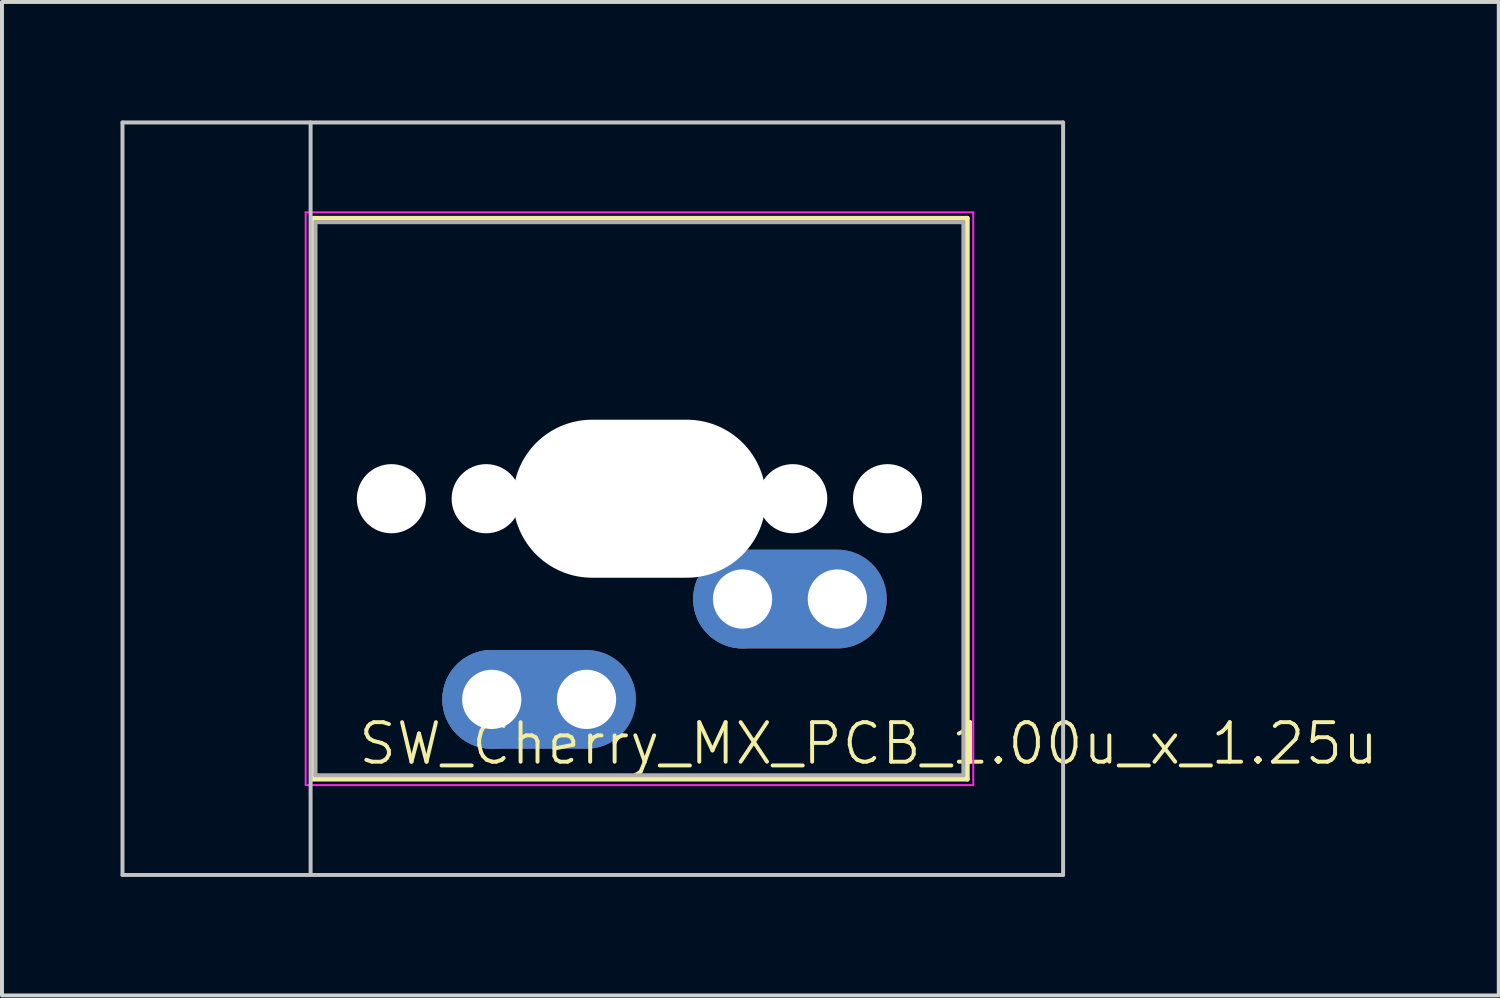
<source format=kicad_pcb>
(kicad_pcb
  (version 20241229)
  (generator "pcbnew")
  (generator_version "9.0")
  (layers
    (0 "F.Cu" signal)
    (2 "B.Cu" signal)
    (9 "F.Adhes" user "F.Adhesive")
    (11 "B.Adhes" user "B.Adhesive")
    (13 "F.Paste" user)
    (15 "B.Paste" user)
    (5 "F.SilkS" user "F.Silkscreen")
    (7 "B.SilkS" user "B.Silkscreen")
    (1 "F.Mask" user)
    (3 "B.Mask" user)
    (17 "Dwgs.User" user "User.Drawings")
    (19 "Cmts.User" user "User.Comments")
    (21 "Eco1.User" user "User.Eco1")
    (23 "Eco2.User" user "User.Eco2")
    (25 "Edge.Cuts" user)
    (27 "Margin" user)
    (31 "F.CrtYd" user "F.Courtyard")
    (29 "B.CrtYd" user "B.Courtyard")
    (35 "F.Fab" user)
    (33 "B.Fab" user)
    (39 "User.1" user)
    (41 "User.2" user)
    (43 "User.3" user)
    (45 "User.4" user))
  (footprint "SW_Cherry_MX_PCB_1.00u_x_1.25u"
    (layer "F.Cu")
    (at 14.338 9.575)
    (property "Reference" "SW_Cherry_MX_PCB_1.00u_x_1.25u" (at 4.6 6.2 0) (unlocked yes) (layer "F.SilkS") (effects (font (size 1 1) (thickness 0.1))))
    (attr smd)
    (fp_line (start -9.5 -7.1) (end -9.5 7.1) (stroke (width 0.12) (type solid)) (layer "F.SilkS"))
    (fp_line (start -9.5 7.1) (end 7.1 7.1) (stroke (width 0.12) (type solid)) (layer "F.SilkS"))
    (fp_line (start 7.1 -7.1) (end -9.5 -7.1) (stroke (width 0.12) (type solid)) (layer "F.SilkS"))
    (fp_line (start 7.1 7.1) (end 7.1 -7.1) (stroke (width 0.12) (type solid)) (layer "F.SilkS"))
    (fp_line (start -14.287 -9.525) (end -14.287 9.525) (stroke (width 0.1) (type solid)) (layer "Dwgs.User"))
    (fp_line (start -14.287 9.525) (end 9.525 9.525) (stroke (width 0.1) (type solid)) (layer "Dwgs.User"))
    (fp_line (start -9.525 -9.525) (end -9.525 9.525) (stroke (width 0.1) (type solid)) (layer "Dwgs.User"))
    (fp_line (start 9.525 -9.525) (end -14.287 -9.525) (stroke (width 0.1) (type solid)) (layer "Dwgs.User"))
    (fp_line (start 9.525 9.525) (end 9.525 -9.525) (stroke (width 0.1) (type solid)) (layer "Dwgs.User"))
    (fp_line (start -9.4 -7) (end -9.4 7) (stroke (width 0.1) (type solid)) (layer "Eco1.User"))
    (fp_line (start -9.4 7) (end 7 7) (stroke (width 0.1) (type solid)) (layer "Eco1.User"))
    (fp_line (start 7 -7) (end -9.4 -7) (stroke (width 0.1) (type solid)) (layer "Eco1.User"))
    (fp_line (start 7 7) (end 7 -7) (stroke (width 0.1) (type solid)) (layer "Eco1.User"))
    (fp_line (start -9.65 -7.25) (end -9.65 7.25) (stroke (width 0.05) (type solid)) (layer "F.CrtYd"))
    (fp_line (start -9.65 7.25) (end 7.25 7.25) (stroke (width 0.05) (type solid)) (layer "F.CrtYd"))
    (fp_line (start 7.25 -7.25) (end -9.65 -7.25) (stroke (width 0.05) (type solid)) (layer "F.CrtYd"))
    (fp_line (start 7.25 7.25) (end 7.25 -7.25) (stroke (width 0.05) (type solid)) (layer "F.CrtYd"))
    (fp_line (start -9.4 -7) (end -9.4 7) (stroke (width 0.1) (type solid)) (layer "F.Fab"))
    (fp_line (start -9.4 7) (end 7 7) (stroke (width 0.1) (type solid)) (layer "F.Fab"))
    (fp_line (start 7 -7) (end -9.4 -7) (stroke (width 0.1) (type solid)) (layer "F.Fab"))
    (fp_line (start 7 7) (end 7 -7) (stroke (width 0.1) (type solid)) (layer "F.Fab"))
    (pad "" np_thru_hole circle (at -7.48 0 180) (size 1.75 1.75) (drill 1.75) (layers "*.Cu" "*.Mask"))
    (pad "" np_thru_hole circle (at -5.08 0 180) (size 1.75 1.75) (drill 1.75) (layers "*.Cu" "*.Mask"))
    (pad "" np_thru_hole oval (at -1.2 0 180) (size 6.4 4) (drill oval 6.4 4) (layers "*.Cu"))
    (pad "" np_thru_hole circle (at 2.68 0 180) (size 1.75 1.75) (drill 1.75) (layers "*.Cu" "*.Mask"))
    (pad "" np_thru_hole circle (at 5.08 0 180) (size 1.75 1.75) (drill 1.75) (layers "*.Cu" "*.Mask"))
    (pad "1" thru_hole circle (at 1.41 2.54 180) (size 2.5 2.5) (drill 1.5) (layers "*.Cu" "*.Mask"))
    (pad "1" thru_hole oval (at 3.81 2.54 180) (size 4.9 2.5) (drill 1.5 (offset 1.2 0)) (layers "*.Cu" "*.Mask"))
    (pad "2" thru_hole circle (at -4.94 5.08 180) (size 2.5 2.5) (drill 1.5) (layers "*.Cu" "*.Mask"))
    (pad "2" thru_hole oval (at -2.54 5.08 180) (size 4.9 2.5) (drill 1.5 (offset 1.2 0)) (layers "*.Cu" "*.Mask")))
  (gr_rect
    (start -3 -3)
    (end 34.892 22.15)
    (stroke (width 0.1) (type default))
    (fill no)
    (layer "Edge.Cuts")))
</source>
